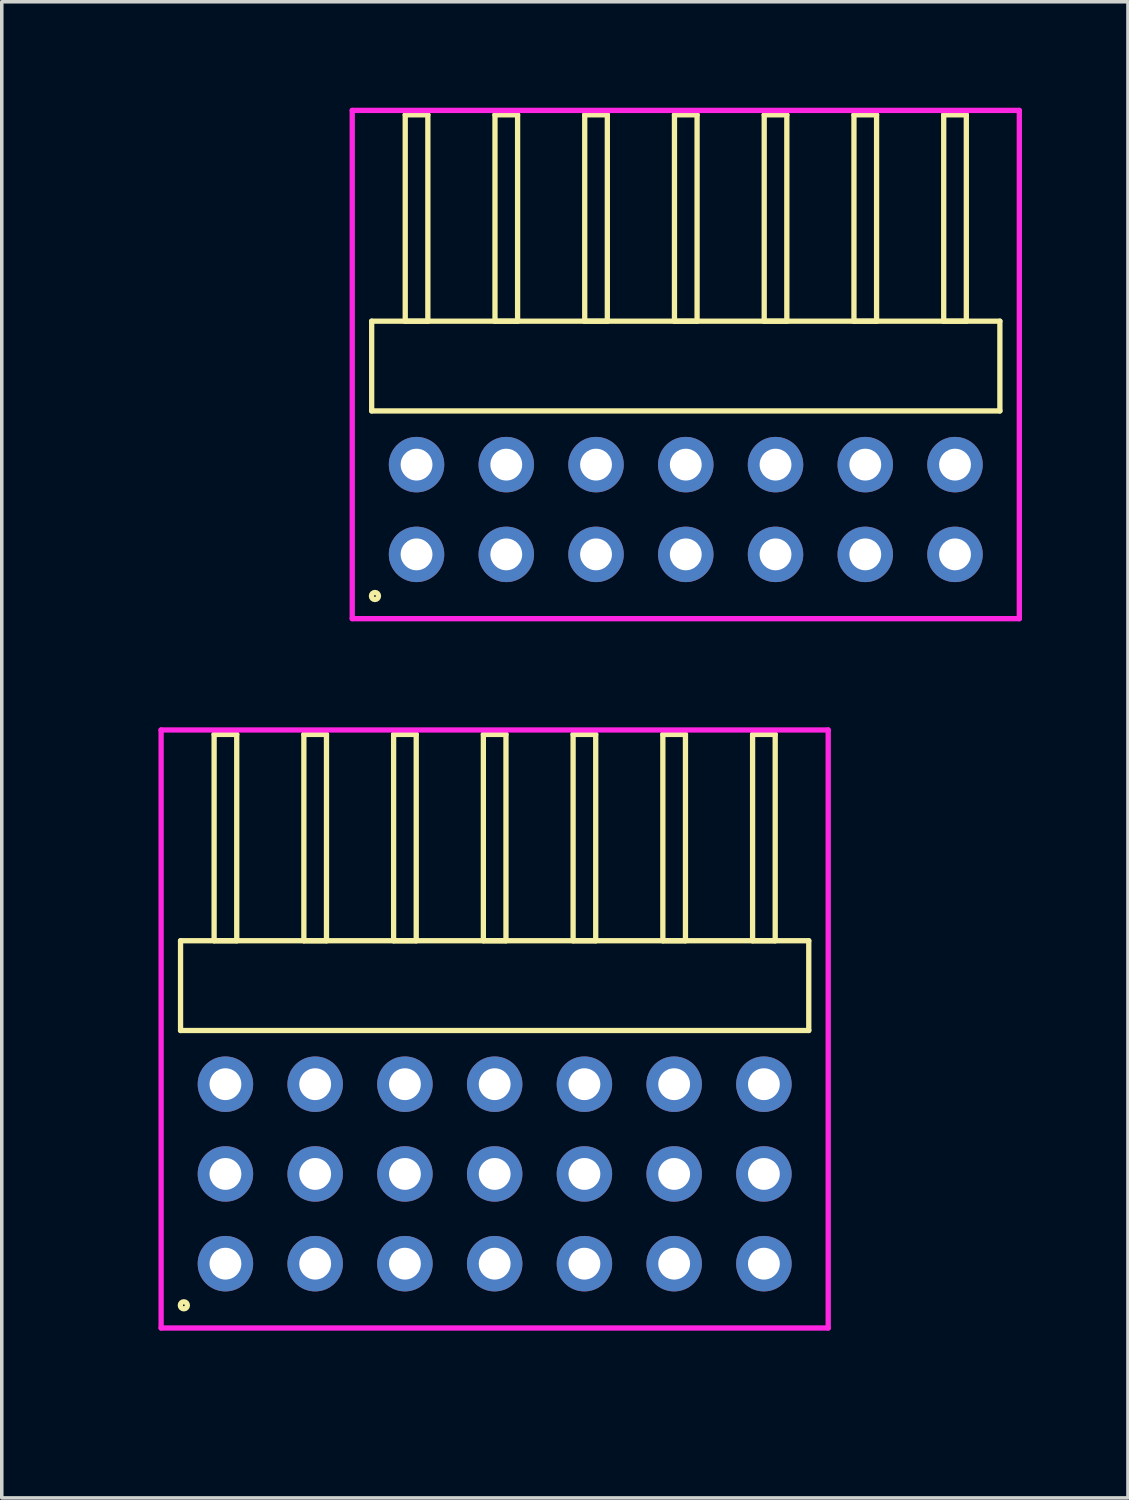
<source format=kicad_pcb>
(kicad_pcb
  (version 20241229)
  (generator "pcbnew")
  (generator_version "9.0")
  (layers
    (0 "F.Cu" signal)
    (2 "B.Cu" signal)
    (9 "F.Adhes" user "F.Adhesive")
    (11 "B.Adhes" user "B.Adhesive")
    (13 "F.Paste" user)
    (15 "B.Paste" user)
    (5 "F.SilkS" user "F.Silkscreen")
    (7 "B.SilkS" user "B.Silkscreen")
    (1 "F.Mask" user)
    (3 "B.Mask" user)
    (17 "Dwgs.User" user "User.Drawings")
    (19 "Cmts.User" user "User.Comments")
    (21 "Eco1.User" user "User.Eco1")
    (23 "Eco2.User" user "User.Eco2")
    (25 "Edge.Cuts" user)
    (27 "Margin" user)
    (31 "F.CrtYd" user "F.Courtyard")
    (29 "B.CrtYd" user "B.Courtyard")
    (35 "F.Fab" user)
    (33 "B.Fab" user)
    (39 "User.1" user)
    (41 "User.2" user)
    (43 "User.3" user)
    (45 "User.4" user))
  (footprint "HDR_RA254P7x2"
    (layer "F.Cu")
    (at 16.359 11.37)
    (property "Reference" "HDR_RA254P7x2" (at -10.19 0 0) (layer "User.1") (effects (font (size 1 1) (thickness 0.1))))
    (attr through_hole)
    (fp_line (start -8.89 -5.33) (end -8.89 -2.79) (stroke (width 0.15) (type solid)) (layer "F.SilkS"))
    (fp_line (start -8.89 -2.79) (end 8.89 -2.79) (stroke (width 0.15) (type solid)) (layer "F.SilkS"))
    (fp_line (start -7.94 -11.17) (end -7.94 -5.33) (stroke (width 0.15) (type solid)) (layer "F.SilkS"))
    (fp_line (start -7.94 -5.33) (end -7.3 -5.33) (stroke (width 0.15) (type solid)) (layer "F.SilkS"))
    (fp_line (start -7.3 -11.17) (end -7.94 -11.17) (stroke (width 0.15) (type solid)) (layer "F.SilkS"))
    (fp_line (start -7.3 -5.33) (end -7.3 -11.17) (stroke (width 0.15) (type solid)) (layer "F.SilkS"))
    (fp_line (start -5.4 -11.17) (end -5.4 -5.33) (stroke (width 0.15) (type solid)) (layer "F.SilkS"))
    (fp_line (start -5.4 -5.33) (end -4.76 -5.33) (stroke (width 0.15) (type solid)) (layer "F.SilkS"))
    (fp_line (start -4.76 -11.17) (end -5.4 -11.17) (stroke (width 0.15) (type solid)) (layer "F.SilkS"))
    (fp_line (start -4.76 -5.33) (end -4.76 -11.17) (stroke (width 0.15) (type solid)) (layer "F.SilkS"))
    (fp_line (start -2.86 -11.17) (end -2.86 -5.33) (stroke (width 0.15) (type solid)) (layer "F.SilkS"))
    (fp_line (start -2.86 -5.33) (end -2.22 -5.33) (stroke (width 0.15) (type solid)) (layer "F.SilkS"))
    (fp_line (start -2.22 -11.17) (end -2.86 -11.17) (stroke (width 0.15) (type solid)) (layer "F.SilkS"))
    (fp_line (start -2.22 -5.33) (end -2.22 -11.17) (stroke (width 0.15) (type solid)) (layer "F.SilkS"))
    (fp_line (start -0.32 -11.17) (end -0.32 -5.33) (stroke (width 0.15) (type solid)) (layer "F.SilkS"))
    (fp_line (start -0.32 -5.33) (end 0.32 -5.33) (stroke (width 0.15) (type solid)) (layer "F.SilkS"))
    (fp_line (start 0.32 -11.17) (end -0.32 -11.17) (stroke (width 0.15) (type solid)) (layer "F.SilkS"))
    (fp_line (start 0.32 -5.33) (end 0.32 -11.17) (stroke (width 0.15) (type solid)) (layer "F.SilkS"))
    (fp_line (start 2.22 -11.17) (end 2.22 -5.33) (stroke (width 0.15) (type solid)) (layer "F.SilkS"))
    (fp_line (start 2.22 -5.33) (end 2.86 -5.33) (stroke (width 0.15) (type solid)) (layer "F.SilkS"))
    (fp_line (start 2.86 -11.17) (end 2.22 -11.17) (stroke (width 0.15) (type solid)) (layer "F.SilkS"))
    (fp_line (start 2.86 -5.33) (end 2.86 -11.17) (stroke (width 0.15) (type solid)) (layer "F.SilkS"))
    (fp_line (start 4.76 -11.17) (end 4.76 -5.33) (stroke (width 0.15) (type solid)) (layer "F.SilkS"))
    (fp_line (start 4.76 -5.33) (end 5.4 -5.33) (stroke (width 0.15) (type solid)) (layer "F.SilkS"))
    (fp_line (start 5.4 -11.17) (end 4.76 -11.17) (stroke (width 0.15) (type solid)) (layer "F.SilkS"))
    (fp_line (start 5.4 -5.33) (end 5.4 -11.17) (stroke (width 0.15) (type solid)) (layer "F.SilkS"))
    (fp_line (start 7.3 -11.17) (end 7.3 -5.33) (stroke (width 0.15) (type solid)) (layer "F.SilkS"))
    (fp_line (start 7.3 -5.33) (end 7.94 -5.33) (stroke (width 0.15) (type solid)) (layer "F.SilkS"))
    (fp_line (start 7.94 -11.17) (end 7.3 -11.17) (stroke (width 0.15) (type solid)) (layer "F.SilkS"))
    (fp_line (start 7.94 -5.33) (end 7.94 -11.17) (stroke (width 0.15) (type solid)) (layer "F.SilkS"))
    (fp_line (start 8.89 -5.33) (end -8.89 -5.33) (stroke (width 0.15) (type solid)) (layer "F.SilkS"))
    (fp_line (start 8.89 -2.79) (end 8.89 -5.33) (stroke (width 0.15) (type solid)) (layer "F.SilkS"))
    (fp_circle (center -8.797 2.448) (end -8.697 2.448) (stroke (width 0.15) (type solid)) (fill no) (layer "F.SilkS"))
    (fp_line (start -9.44 -11.295) (end -9.44 3.09) (stroke (width 0.15) (type solid)) (layer "F.CrtYd"))
    (fp_line (start -9.44 3.09) (end 9.44 3.09) (stroke (width 0.15) (type solid)) (layer "F.CrtYd"))
    (fp_line (start 9.44 -11.295) (end -9.44 -11.295) (stroke (width 0.15) (type solid)) (layer "F.CrtYd"))
    (fp_line (start 9.44 3.09) (end 9.44 -11.295) (stroke (width 0.15) (type solid)) (layer "F.CrtYd"))
    (pad "1" thru_hole oval (at -7.62 1.27) (size 1.57 1.57) (drill 0.9) (layers "*.Cu" "*.Mask"))
    (pad "2" thru_hole oval (at -7.62 -1.27) (size 1.57 1.57) (drill 0.9) (layers "*.Cu" "*.Mask"))
    (pad "3" thru_hole oval (at -5.08 1.27) (size 1.57 1.57) (drill 0.9) (layers "*.Cu" "*.Mask"))
    (pad "4" thru_hole oval (at -5.08 -1.27) (size 1.57 1.57) (drill 0.9) (layers "*.Cu" "*.Mask"))
    (pad "5" thru_hole oval (at -2.54 1.27) (size 1.57 1.57) (drill 0.9) (layers "*.Cu" "*.Mask"))
    (pad "6" thru_hole oval (at -2.54 -1.27) (size 1.57 1.57) (drill 0.9) (layers "*.Cu" "*.Mask"))
    (pad "7" thru_hole oval (at 0 1.27) (size 1.57 1.57) (drill 0.9) (layers "*.Cu" "*.Mask"))
    (pad "8" thru_hole oval (at 0 -1.27) (size 1.57 1.57) (drill 0.9) (layers "*.Cu" "*.Mask"))
    (pad "9" thru_hole oval (at 2.54 1.27) (size 1.57 1.57) (drill 0.9) (layers "*.Cu" "*.Mask"))
    (pad "10" thru_hole oval (at 2.54 -1.27) (size 1.57 1.57) (drill 0.9) (layers "*.Cu" "*.Mask"))
    (pad "11" thru_hole oval (at 5.08 1.27) (size 1.57 1.57) (drill 0.9) (layers "*.Cu" "*.Mask"))
    (pad "12" thru_hole oval (at 5.08 -1.27) (size 1.57 1.57) (drill 0.9) (layers "*.Cu" "*.Mask"))
    (pad "13" thru_hole oval (at 7.62 1.27) (size 1.57 1.57) (drill 0.9) (layers "*.Cu" "*.Mask"))
    (pad "14" thru_hole oval (at 7.62 -1.27) (size 1.57 1.57) (drill 0.9) (layers "*.Cu" "*.Mask")))
  (footprint "HDR_RA254P7x3"
    (layer "F.Cu")
    (at 10.95 30.175)
    (property "Reference" "HDR_RA254P7x3" (at -10.19 0 90) (layer "User.1") (effects (font (size 1 1) (thickness 0.1))))
    (attr through_hole)
    (fp_line (start -8.89 -6.6) (end -8.89 -4.06) (stroke (width 0.15) (type solid)) (layer "F.SilkS"))
    (fp_line (start -8.89 -4.06) (end 8.89 -4.06) (stroke (width 0.15) (type solid)) (layer "F.SilkS"))
    (fp_line (start -7.94 -12.44) (end -7.94 -6.6) (stroke (width 0.15) (type solid)) (layer "F.SilkS"))
    (fp_line (start -7.94 -6.6) (end -7.3 -6.6) (stroke (width 0.15) (type solid)) (layer "F.SilkS"))
    (fp_line (start -7.3 -12.44) (end -7.94 -12.44) (stroke (width 0.15) (type solid)) (layer "F.SilkS"))
    (fp_line (start -7.3 -6.6) (end -7.3 -12.44) (stroke (width 0.15) (type solid)) (layer "F.SilkS"))
    (fp_line (start -5.4 -12.44) (end -5.4 -6.6) (stroke (width 0.15) (type solid)) (layer "F.SilkS"))
    (fp_line (start -5.4 -6.6) (end -4.76 -6.6) (stroke (width 0.15) (type solid)) (layer "F.SilkS"))
    (fp_line (start -4.76 -12.44) (end -5.4 -12.44) (stroke (width 0.15) (type solid)) (layer "F.SilkS"))
    (fp_line (start -4.76 -6.6) (end -4.76 -12.44) (stroke (width 0.15) (type solid)) (layer "F.SilkS"))
    (fp_line (start -2.86 -12.44) (end -2.86 -6.6) (stroke (width 0.15) (type solid)) (layer "F.SilkS"))
    (fp_line (start -2.86 -6.6) (end -2.22 -6.6) (stroke (width 0.15) (type solid)) (layer "F.SilkS"))
    (fp_line (start -2.22 -12.44) (end -2.86 -12.44) (stroke (width 0.15) (type solid)) (layer "F.SilkS"))
    (fp_line (start -2.22 -6.6) (end -2.22 -12.44) (stroke (width 0.15) (type solid)) (layer "F.SilkS"))
    (fp_line (start -0.32 -12.44) (end -0.32 -6.6) (stroke (width 0.15) (type solid)) (layer "F.SilkS"))
    (fp_line (start -0.32 -6.6) (end 0.32 -6.6) (stroke (width 0.15) (type solid)) (layer "F.SilkS"))
    (fp_line (start 0.32 -12.44) (end -0.32 -12.44) (stroke (width 0.15) (type solid)) (layer "F.SilkS"))
    (fp_line (start 0.32 -6.6) (end 0.32 -12.44) (stroke (width 0.15) (type solid)) (layer "F.SilkS"))
    (fp_line (start 2.22 -12.44) (end 2.22 -6.6) (stroke (width 0.15) (type solid)) (layer "F.SilkS"))
    (fp_line (start 2.22 -6.6) (end 2.86 -6.6) (stroke (width 0.15) (type solid)) (layer "F.SilkS"))
    (fp_line (start 2.86 -12.44) (end 2.22 -12.44) (stroke (width 0.15) (type solid)) (layer "F.SilkS"))
    (fp_line (start 2.86 -6.6) (end 2.86 -12.44) (stroke (width 0.15) (type solid)) (layer "F.SilkS"))
    (fp_line (start 4.76 -12.44) (end 4.76 -6.6) (stroke (width 0.15) (type solid)) (layer "F.SilkS"))
    (fp_line (start 4.76 -6.6) (end 5.4 -6.6) (stroke (width 0.15) (type solid)) (layer "F.SilkS"))
    (fp_line (start 5.4 -12.44) (end 4.76 -12.44) (stroke (width 0.15) (type solid)) (layer "F.SilkS"))
    (fp_line (start 5.4 -6.6) (end 5.4 -12.44) (stroke (width 0.15) (type solid)) (layer "F.SilkS"))
    (fp_line (start 7.3 -12.44) (end 7.3 -6.6) (stroke (width 0.15) (type solid)) (layer "F.SilkS"))
    (fp_line (start 7.3 -6.6) (end 7.94 -6.6) (stroke (width 0.15) (type solid)) (layer "F.SilkS"))
    (fp_line (start 7.94 -12.44) (end 7.3 -12.44) (stroke (width 0.15) (type solid)) (layer "F.SilkS"))
    (fp_line (start 7.94 -6.6) (end 7.94 -12.44) (stroke (width 0.15) (type solid)) (layer "F.SilkS"))
    (fp_line (start 8.89 -6.6) (end -8.89 -6.6) (stroke (width 0.15) (type solid)) (layer "F.SilkS"))
    (fp_line (start 8.89 -4.06) (end 8.89 -6.6) (stroke (width 0.15) (type solid)) (layer "F.SilkS"))
    (fp_circle (center -8.797 3.718) (end -8.697 3.718) (stroke (width 0.15) (type solid)) (fill no) (layer "F.SilkS"))
    (fp_line (start -9.44 -12.565) (end -9.44 4.36) (stroke (width 0.15) (type solid)) (layer "F.CrtYd"))
    (fp_line (start -9.44 4.36) (end 9.44 4.36) (stroke (width 0.15) (type solid)) (layer "F.CrtYd"))
    (fp_line (start 9.44 -12.565) (end -9.44 -12.565) (stroke (width 0.15) (type solid)) (layer "F.CrtYd"))
    (fp_line (start 9.44 4.36) (end 9.44 -12.565) (stroke (width 0.15) (type solid)) (layer "F.CrtYd"))
    (pad "1" thru_hole oval (at -7.62 2.54) (size 1.57 1.57) (drill 0.9) (layers "*.Cu" "*.Mask"))
    (pad "2" thru_hole oval (at -7.62 0) (size 1.57 1.57) (drill 0.9) (layers "*.Cu" "*.Mask"))
    (pad "3" thru_hole oval (at -7.62 -2.54) (size 1.57 1.57) (drill 0.9) (layers "*.Cu" "*.Mask"))
    (pad "4" thru_hole oval (at -5.08 2.54) (size 1.57 1.57) (drill 0.9) (layers "*.Cu" "*.Mask"))
    (pad "5" thru_hole oval (at -5.08 0) (size 1.57 1.57) (drill 0.9) (layers "*.Cu" "*.Mask"))
    (pad "6" thru_hole oval (at -5.08 -2.54) (size 1.57 1.57) (drill 0.9) (layers "*.Cu" "*.Mask"))
    (pad "7" thru_hole oval (at -2.54 2.54) (size 1.57 1.57) (drill 0.9) (layers "*.Cu" "*.Mask"))
    (pad "8" thru_hole oval (at -2.54 0) (size 1.57 1.57) (drill 0.9) (layers "*.Cu" "*.Mask"))
    (pad "9" thru_hole oval (at -2.54 -2.54) (size 1.57 1.57) (drill 0.9) (layers "*.Cu" "*.Mask"))
    (pad "10" thru_hole oval (at 0 2.54) (size 1.57 1.57) (drill 0.9) (layers "*.Cu" "*.Mask"))
    (pad "11" thru_hole oval (at 0 0) (size 1.57 1.57) (drill 0.9) (layers "*.Cu" "*.Mask"))
    (pad "12" thru_hole oval (at 0 -2.54) (size 1.57 1.57) (drill 0.9) (layers "*.Cu" "*.Mask"))
    (pad "13" thru_hole oval (at 2.54 2.54) (size 1.57 1.57) (drill 0.9) (layers "*.Cu" "*.Mask"))
    (pad "14" thru_hole oval (at 2.54 0) (size 1.57 1.57) (drill 0.9) (layers "*.Cu" "*.Mask"))
    (pad "15" thru_hole oval (at 2.54 -2.54) (size 1.57 1.57) (drill 0.9) (layers "*.Cu" "*.Mask"))
    (pad "16" thru_hole oval (at 5.08 2.54) (size 1.57 1.57) (drill 0.9) (layers "*.Cu" "*.Mask"))
    (pad "17" thru_hole oval (at 5.08 0) (size 1.57 1.57) (drill 0.9) (layers "*.Cu" "*.Mask"))
    (pad "18" thru_hole oval (at 5.08 -2.54) (size 1.57 1.57) (drill 0.9) (layers "*.Cu" "*.Mask"))
    (pad "19" thru_hole oval (at 7.62 2.54) (size 1.57 1.57) (drill 0.9) (layers "*.Cu" "*.Mask"))
    (pad "20" thru_hole oval (at 7.62 0) (size 1.57 1.57) (drill 0.9) (layers "*.Cu" "*.Mask"))
    (pad "21" thru_hole oval (at 7.62 -2.54) (size 1.57 1.57) (drill 0.9) (layers "*.Cu" "*.Mask")))
  (gr_rect
    (start -3 -3)
    (end 28.874 39.344)
    (stroke (width 0.1) (type default))
    (fill no)
    (layer "Edge.Cuts")))
</source>
